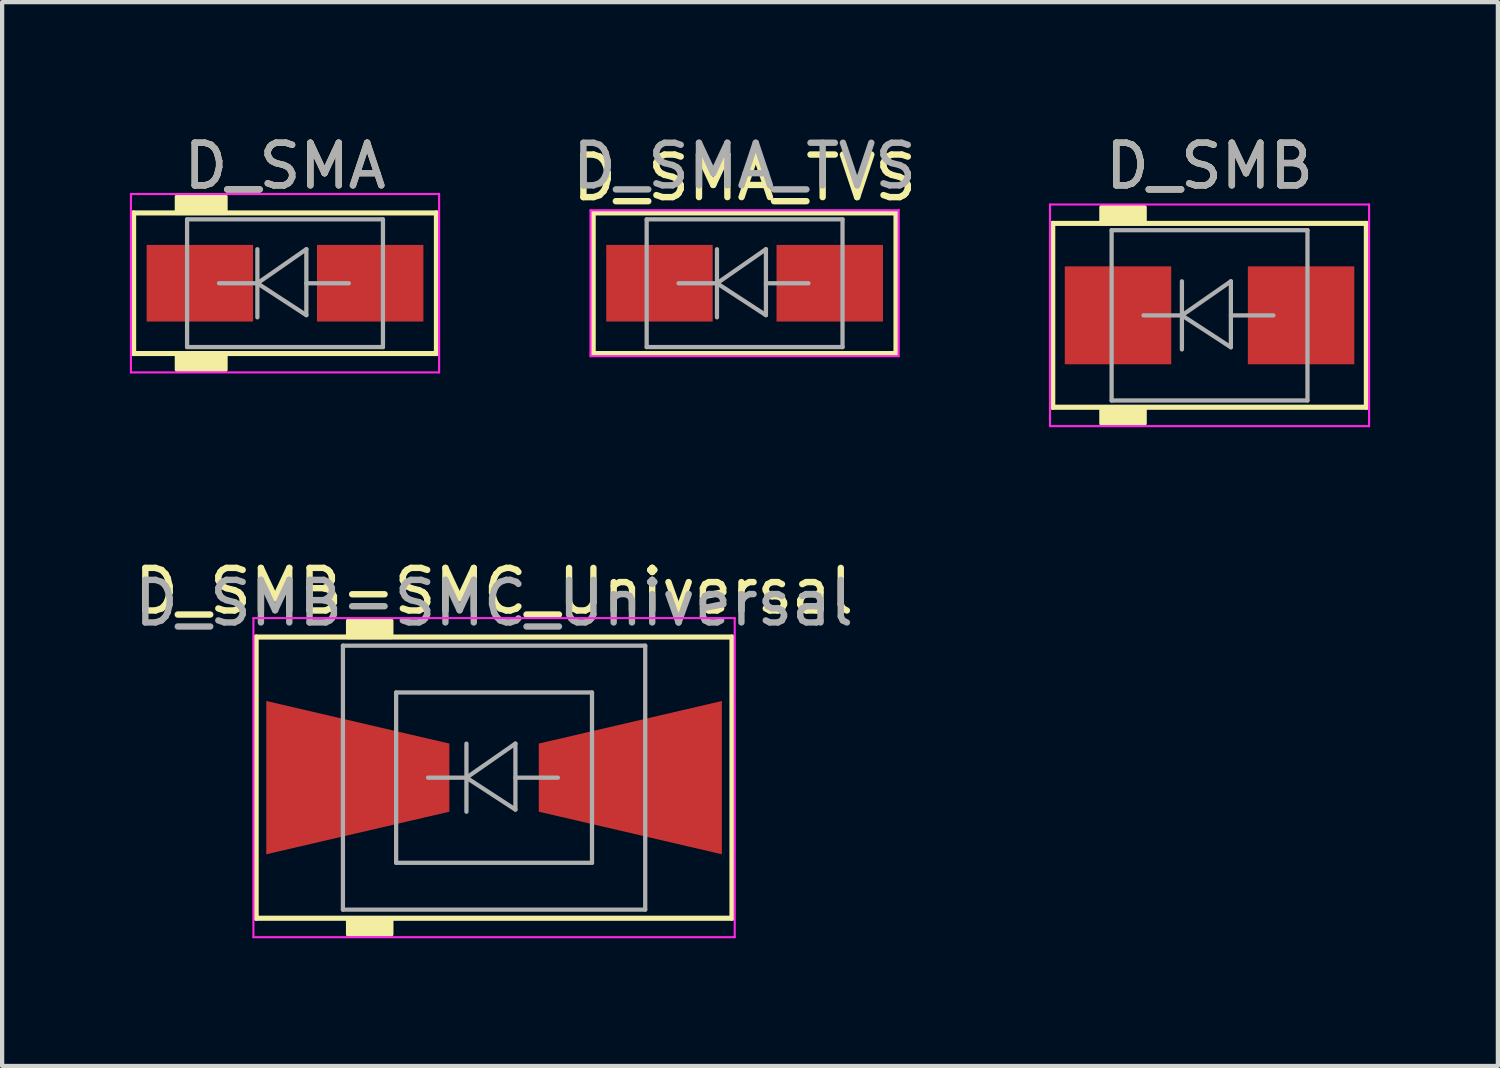
<source format=kicad_pcb>
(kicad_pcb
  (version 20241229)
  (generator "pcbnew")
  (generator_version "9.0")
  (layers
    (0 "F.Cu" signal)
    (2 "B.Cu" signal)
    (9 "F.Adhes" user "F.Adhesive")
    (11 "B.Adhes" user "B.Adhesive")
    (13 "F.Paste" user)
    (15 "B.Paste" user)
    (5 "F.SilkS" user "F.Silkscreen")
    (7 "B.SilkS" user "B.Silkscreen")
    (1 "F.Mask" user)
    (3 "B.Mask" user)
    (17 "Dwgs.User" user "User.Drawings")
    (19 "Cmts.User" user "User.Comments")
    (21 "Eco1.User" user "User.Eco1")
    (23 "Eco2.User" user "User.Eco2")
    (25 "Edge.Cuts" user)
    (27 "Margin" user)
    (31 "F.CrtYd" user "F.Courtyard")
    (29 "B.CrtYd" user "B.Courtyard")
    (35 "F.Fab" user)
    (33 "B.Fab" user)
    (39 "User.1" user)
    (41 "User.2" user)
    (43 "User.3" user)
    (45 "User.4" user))
  (footprint "D_SMA"
    (layer "F.Cu")
    (at 3.644 3.602)
    (property "Reference" "D_SMA" (at 0 -2.754 0) (layer "F.SilkS") (effects (font (size 1 1) (thickness 0.15))))
    (attr smd)
    (fp_line (start -3.556 -1.651) (end -3.556 1.651) (stroke (width 0.12) (type solid)) (layer "F.SilkS"))
    (fp_line (start -3.556 1.651) (end 3.556 1.651) (stroke (width 0.12) (type solid)) (layer "F.SilkS"))
    (fp_line (start 3.556 -1.651) (end -3.556 -1.651) (stroke (width 0.12) (type solid)) (layer "F.SilkS"))
    (fp_line (start 3.556 1.651) (end 3.556 -1.651) (stroke (width 0.12) (type solid)) (layer "F.SilkS"))
    (fp_poly (pts (xy -1.397 -1.651) (xy -2.54 -1.651) (xy -2.54 -2.032) (xy -1.397 -2.032)) (stroke (width 0.1) (type solid)) (fill yes) (layer "F.SilkS"))
    (fp_poly (pts (xy -1.397 2.032) (xy -2.54 2.032) (xy -2.54 1.651) (xy -1.397 1.651)) (stroke (width 0.1) (type solid)) (fill yes) (layer "F.SilkS"))
    (fp_line (start -3.619 -2.095) (end 3.619 -2.095) (stroke (width 0.05) (type solid)) (layer "F.CrtYd"))
    (fp_line (start -3.619 2.095) (end -3.619 -2.095) (stroke (width 0.05) (type solid)) (layer "F.CrtYd"))
    (fp_line (start 3.619 -2.095) (end 3.619 2.095) (stroke (width 0.05) (type solid)) (layer "F.CrtYd"))
    (fp_line (start 3.619 2.095) (end -3.619 2.095) (stroke (width 0.05) (type solid)) (layer "F.CrtYd"))
    (fp_line (start -2.3 1.5) (end -2.3 -1.5) (stroke (width 0.1) (type solid)) (layer "F.Fab"))
    (fp_line (start -0.649 -0.799) (end -0.649 0.801) (stroke (width 0.1) (type solid)) (layer "F.Fab"))
    (fp_line (start -0.649 0.001) (end -1.551 0.001) (stroke (width 0.1) (type solid)) (layer "F.Fab"))
    (fp_line (start -0.649 0.001) (end 0.501 -0.799) (stroke (width 0.1) (type solid)) (layer "F.Fab"))
    (fp_line (start -0.649 0.001) (end 0.501 0.75) (stroke (width 0.1) (type solid)) (layer "F.Fab"))
    (fp_line (start 0.501 0.001) (end 1.499 0.001) (stroke (width 0.1) (type solid)) (layer "F.Fab"))
    (fp_line (start 0.501 0.75) (end 0.501 -0.799) (stroke (width 0.1) (type solid)) (layer "F.Fab"))
    (fp_line (start 2.3 -1.5) (end -2.3 -1.5) (stroke (width 0.1) (type solid)) (layer "F.Fab"))
    (fp_line (start 2.3 -1.5) (end 2.3 1.5) (stroke (width 0.1) (type solid)) (layer "F.Fab"))
    (fp_line (start 2.3 1.5) (end -2.3 1.5) (stroke (width 0.1) (type solid)) (layer "F.Fab"))
    (fp_text user "${REFERENCE}" (at 0 -2.754 0) (layer "F.Fab") (effects (font (size 1 1) (thickness 0.15))))
    (pad "1" smd rect (at -2 0) (size 2.5 1.8) (layers "F.Cu" "F.Mask" "F.Paste"))
    (pad "2" smd rect (at 2 0) (size 2.5 1.8) (layers "F.Cu" "F.Mask" "F.Paste")))
  (footprint "D_SMB-SMC_Universal"
    (layer "F.Cu")
    (at 8.554 15.214)
    (property "Reference" "D_SMB-SMC_Universal" (at 0 -4.381 0) (layer "F.SilkS") (effects (font (size 1 1) (thickness 0.15))))
    (attr smd)
    (fp_line (start -5.588 -3.302) (end -5.588 3.302) (stroke (width 0.12) (type solid)) (layer "F.SilkS"))
    (fp_line (start -5.588 3.302) (end 5.588 3.302) (stroke (width 0.12) (type solid)) (layer "F.SilkS"))
    (fp_line (start 5.588 -3.302) (end -5.588 -3.302) (stroke (width 0.12) (type solid)) (layer "F.SilkS"))
    (fp_line (start 5.588 3.302) (end 5.588 -3.302) (stroke (width 0.12) (type solid)) (layer "F.SilkS"))
    (fp_poly (pts (xy -2.413 -3.302) (xy -3.429 -3.302) (xy -3.429 -3.683) (xy -2.413 -3.683)) (stroke (width 0.1) (type solid)) (fill yes) (layer "F.SilkS"))
    (fp_poly (pts (xy -2.413 3.683) (xy -3.429 3.683) (xy -3.429 3.302) (xy -2.413 3.302)) (stroke (width 0.1) (type solid)) (fill yes) (layer "F.SilkS"))
    (fp_line (start -5.652 -3.747) (end 5.652 -3.747) (stroke (width 0.05) (type solid)) (layer "F.CrtYd"))
    (fp_line (start -5.652 3.747) (end -5.652 -3.747) (stroke (width 0.05) (type solid)) (layer "F.CrtYd"))
    (fp_line (start 5.652 -3.747) (end 5.652 3.747) (stroke (width 0.05) (type solid)) (layer "F.CrtYd"))
    (fp_line (start 5.652 3.747) (end -5.652 3.747) (stroke (width 0.05) (type solid)) (layer "F.CrtYd"))
    (fp_line (start -3.55 3.1) (end -3.55 -3.1) (stroke (width 0.1) (type solid)) (layer "F.Fab"))
    (fp_line (start -2.3 2) (end -2.3 -2) (stroke (width 0.1) (type solid)) (layer "F.Fab"))
    (fp_line (start -0.649 -0.799) (end -0.649 0.801) (stroke (width 0.1) (type solid)) (layer "F.Fab"))
    (fp_line (start -0.649 0.001) (end -1.551 0.001) (stroke (width 0.1) (type solid)) (layer "F.Fab"))
    (fp_line (start -0.649 0.001) (end 0.501 -0.799) (stroke (width 0.1) (type solid)) (layer "F.Fab"))
    (fp_line (start -0.649 0.001) (end 0.501 0.75) (stroke (width 0.1) (type solid)) (layer "F.Fab"))
    (fp_line (start 0.501 0.001) (end 1.499 0.001) (stroke (width 0.1) (type solid)) (layer "F.Fab"))
    (fp_line (start 0.501 0.75) (end 0.501 -0.799) (stroke (width 0.1) (type solid)) (layer "F.Fab"))
    (fp_line (start 2.3 -2) (end -2.3 -2) (stroke (width 0.1) (type solid)) (layer "F.Fab"))
    (fp_line (start 2.3 -2) (end 2.3 2) (stroke (width 0.1) (type solid)) (layer "F.Fab"))
    (fp_line (start 2.3 2) (end -2.3 2) (stroke (width 0.1) (type solid)) (layer "F.Fab"))
    (fp_line (start 3.55 -3.1) (end -3.55 -3.1) (stroke (width 0.1) (type solid)) (layer "F.Fab"))
    (fp_line (start 3.55 -3.1) (end 3.55 3.1) (stroke (width 0.1) (type solid)) (layer "F.Fab"))
    (fp_line (start 3.55 3.1) (end -3.55 3.1) (stroke (width 0.1) (type solid)) (layer "F.Fab"))
    (fp_text user "${REFERENCE}" (at 0 -4.1 0) (layer "F.Fab") (effects (font (size 1 1) (thickness 0.15))))
    (pad "1" smd trapezoid (at -3.2 0) (size 4.3 2.6) (rect_delta 1 0) (layers "F.Cu" "F.Mask" "F.Paste"))
    (pad "2" smd trapezoid (at 3.2 0 180) (size 4.3 2.6) (rect_delta 1 0) (layers "F.Cu" "F.Mask" "F.Paste")))
  (footprint "D_SMB"
    (layer "F.Cu")
    (at 25.358 4.356)
    (property "Reference" "D_SMB" (at 0 -3.508 0) (layer "F.SilkS") (effects (font (size 1 1) (thickness 0.15))))
    (attr smd)
    (fp_line (start -3.683 -2.159) (end -3.683 2.159) (stroke (width 0.12) (type solid)) (layer "F.SilkS"))
    (fp_line (start -3.683 2.159) (end 3.683 2.159) (stroke (width 0.12) (type solid)) (layer "F.SilkS"))
    (fp_line (start 3.683 -2.159) (end -3.683 -2.159) (stroke (width 0.12) (type solid)) (layer "F.SilkS"))
    (fp_line (start 3.683 2.159) (end 3.683 -2.159) (stroke (width 0.12) (type solid)) (layer "F.SilkS"))
    (fp_poly (pts (xy -1.524 -2.159) (xy -2.54 -2.159) (xy -2.54 -2.54) (xy -1.524 -2.54)) (stroke (width 0.1) (type solid)) (fill yes) (layer "F.SilkS"))
    (fp_poly (pts (xy -1.524 2.54) (xy -2.54 2.54) (xy -2.54 2.159) (xy -1.524 2.159)) (stroke (width 0.1) (type solid)) (fill yes) (layer "F.SilkS"))
    (fp_line (start -3.747 -2.603) (end 3.747 -2.603) (stroke (width 0.05) (type solid)) (layer "F.CrtYd"))
    (fp_line (start -3.747 2.603) (end -3.747 -2.603) (stroke (width 0.05) (type solid)) (layer "F.CrtYd"))
    (fp_line (start 3.747 -2.603) (end 3.747 2.603) (stroke (width 0.05) (type solid)) (layer "F.CrtYd"))
    (fp_line (start 3.747 2.603) (end -3.747 2.603) (stroke (width 0.05) (type solid)) (layer "F.CrtYd"))
    (fp_line (start -2.3 2) (end -2.3 -2) (stroke (width 0.1) (type solid)) (layer "F.Fab"))
    (fp_line (start -0.649 -0.799) (end -0.649 0.801) (stroke (width 0.1) (type solid)) (layer "F.Fab"))
    (fp_line (start -0.649 0.001) (end -1.551 0.001) (stroke (width 0.1) (type solid)) (layer "F.Fab"))
    (fp_line (start -0.649 0.001) (end 0.501 -0.799) (stroke (width 0.1) (type solid)) (layer "F.Fab"))
    (fp_line (start -0.649 0.001) (end 0.501 0.75) (stroke (width 0.1) (type solid)) (layer "F.Fab"))
    (fp_line (start 0.501 0.001) (end 1.499 0.001) (stroke (width 0.1) (type solid)) (layer "F.Fab"))
    (fp_line (start 0.501 0.75) (end 0.501 -0.799) (stroke (width 0.1) (type solid)) (layer "F.Fab"))
    (fp_line (start 2.3 -2) (end -2.3 -2) (stroke (width 0.1) (type solid)) (layer "F.Fab"))
    (fp_line (start 2.3 -2) (end 2.3 2) (stroke (width 0.1) (type solid)) (layer "F.Fab"))
    (fp_line (start 2.3 2) (end -2.3 2) (stroke (width 0.1) (type solid)) (layer "F.Fab"))
    (fp_text user "${REFERENCE}" (at 0 -3.508 0) (layer "F.Fab") (effects (font (size 1 1) (thickness 0.15))))
    (pad "1" smd rect (at -2.15 0) (size 2.5 2.3) (layers "F.Cu" "F.Mask" "F.Paste"))
    (pad "2" smd rect (at 2.15 0) (size 2.5 2.3) (layers "F.Cu" "F.Mask" "F.Paste")))
  (footprint "D_SMA_TVS"
    (layer "F.Cu")
    (at 14.438 3.602)
    (property "Reference" "D_SMA_TVS" (at 0 -2.477 0) (layer "F.SilkS") (effects (font (size 1 1) (thickness 0.15))))
    (attr smd)
    (fp_line (start -3.556 -1.651) (end -3.556 1.651) (stroke (width 0.12) (type solid)) (layer "F.SilkS"))
    (fp_line (start -3.556 1.651) (end 3.556 1.651) (stroke (width 0.12) (type solid)) (layer "F.SilkS"))
    (fp_line (start 3.556 -1.651) (end -3.556 -1.651) (stroke (width 0.12) (type solid)) (layer "F.SilkS"))
    (fp_line (start 3.556 1.651) (end 3.556 -1.651) (stroke (width 0.12) (type solid)) (layer "F.SilkS"))
    (fp_line (start -3.619 -1.714) (end 3.619 -1.714) (stroke (width 0.05) (type solid)) (layer "F.CrtYd"))
    (fp_line (start -3.619 1.714) (end -3.619 -1.714) (stroke (width 0.05) (type solid)) (layer "F.CrtYd"))
    (fp_line (start 3.619 -1.714) (end 3.619 1.714) (stroke (width 0.05) (type solid)) (layer "F.CrtYd"))
    (fp_line (start 3.619 1.714) (end -3.619 1.714) (stroke (width 0.05) (type solid)) (layer "F.CrtYd"))
    (fp_line (start -2.3 1.5) (end -2.3 -1.5) (stroke (width 0.1) (type solid)) (layer "F.Fab"))
    (fp_line (start -0.649 -0.799) (end -0.649 0.801) (stroke (width 0.1) (type solid)) (layer "F.Fab"))
    (fp_line (start -0.649 0.001) (end -1.551 0.001) (stroke (width 0.1) (type solid)) (layer "F.Fab"))
    (fp_line (start -0.649 0.001) (end 0.501 -0.799) (stroke (width 0.1) (type solid)) (layer "F.Fab"))
    (fp_line (start -0.649 0.001) (end 0.501 0.75) (stroke (width 0.1) (type solid)) (layer "F.Fab"))
    (fp_line (start 0.501 0.001) (end 1.499 0.001) (stroke (width 0.1) (type solid)) (layer "F.Fab"))
    (fp_line (start 0.501 0.75) (end 0.501 -0.799) (stroke (width 0.1) (type solid)) (layer "F.Fab"))
    (fp_line (start 2.3 -1.5) (end -2.3 -1.5) (stroke (width 0.1) (type solid)) (layer "F.Fab"))
    (fp_line (start 2.3 -1.5) (end 2.3 1.5) (stroke (width 0.1) (type solid)) (layer "F.Fab"))
    (fp_line (start 2.3 1.5) (end -2.3 1.5) (stroke (width 0.1) (type solid)) (layer "F.Fab"))
    (fp_text user "${REFERENCE}" (at 0 -2.754 0) (layer "F.Fab") (effects (font (size 1 1) (thickness 0.15))))
    (pad "1" smd rect (at -2 0) (size 2.5 1.8) (layers "F.Cu" "F.Mask" "F.Paste"))
    (pad "2" smd rect (at 2 0) (size 2.5 1.8) (layers "F.Cu" "F.Mask" "F.Paste")))
  (gr_rect
    (start -3 -3)
    (end 32.13 21.986)
    (stroke (width 0.1) (type default))
    (fill no)
    (layer "Edge.Cuts")))
</source>
